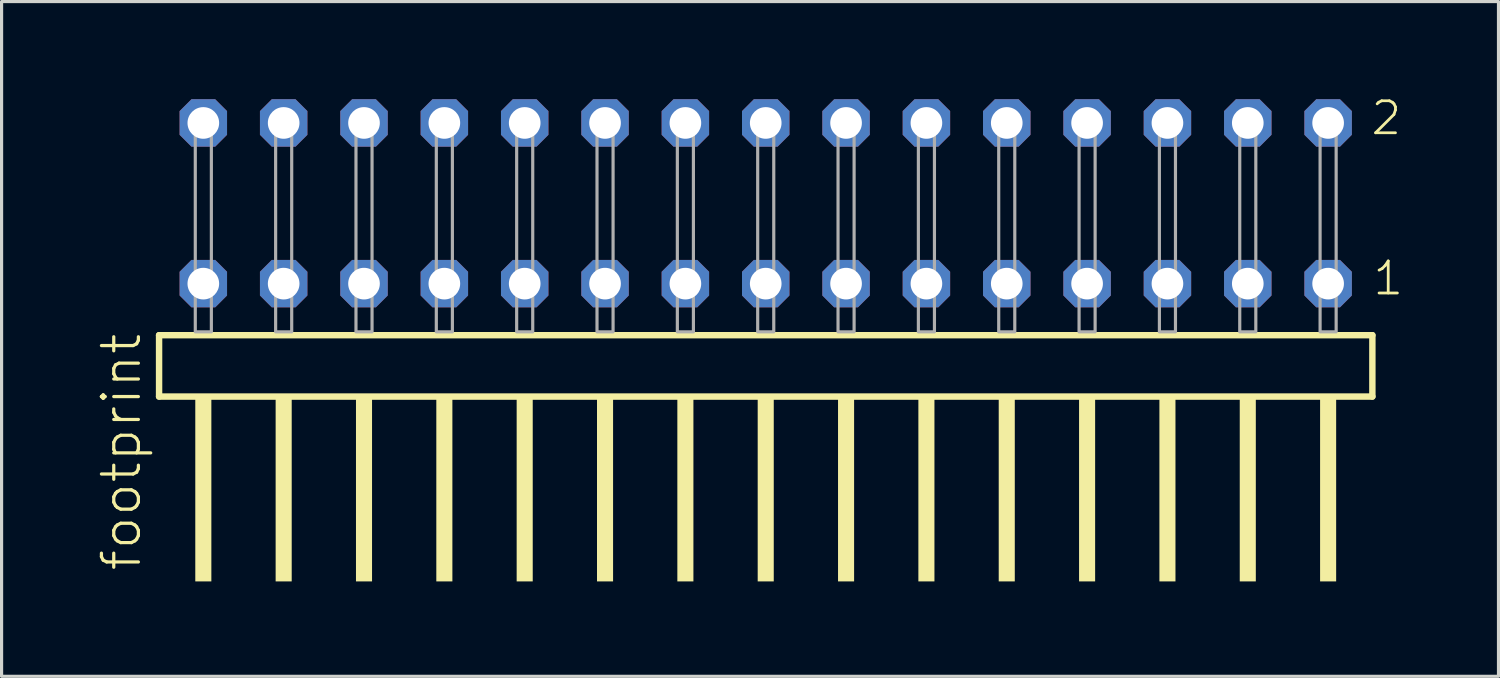
<source format=kicad_pcb>
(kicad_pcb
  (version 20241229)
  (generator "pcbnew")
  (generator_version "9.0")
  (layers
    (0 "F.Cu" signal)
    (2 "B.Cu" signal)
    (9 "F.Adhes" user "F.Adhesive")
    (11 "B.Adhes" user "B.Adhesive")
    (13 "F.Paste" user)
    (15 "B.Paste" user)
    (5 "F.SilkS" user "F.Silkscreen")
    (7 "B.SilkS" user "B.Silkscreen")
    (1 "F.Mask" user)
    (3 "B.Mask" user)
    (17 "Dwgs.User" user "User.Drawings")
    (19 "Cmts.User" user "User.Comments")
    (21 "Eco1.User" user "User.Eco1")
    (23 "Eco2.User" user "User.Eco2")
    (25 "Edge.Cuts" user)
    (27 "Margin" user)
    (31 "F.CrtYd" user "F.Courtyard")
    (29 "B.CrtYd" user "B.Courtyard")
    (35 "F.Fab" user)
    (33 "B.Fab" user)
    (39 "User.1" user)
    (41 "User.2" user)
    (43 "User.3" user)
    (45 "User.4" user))
  (footprint "footprint"
    (layer "F.Cu")
    (at 21.158 7.441)
    (property "Reference" "footprint" (at -19.685 7.62 90) (layer "F.SilkS") (effects (font (size 1.168 1.168) (thickness 0.102)) (justify left bottom)))
    (fp_line (start -19.179 0.106) (end -19.179 2.046) (stroke (width 0.203) (type solid)) (layer "F.SilkS"))
    (fp_line (start -19.179 2.046) (end 19.179 2.046) (stroke (width 0.203) (type solid)) (layer "F.SilkS"))
    (fp_line (start 19.179 0.106) (end -19.179 0.106) (stroke (width 0.203) (type solid)) (layer "F.SilkS"))
    (fp_line (start 19.179 2.046) (end 19.179 0.106) (stroke (width 0.203) (type solid)) (layer "F.SilkS"))
    (fp_poly (pts (xy -18.034 7.89) (xy -17.526 7.89) (xy -17.526 2.04) (xy -18.034 2.04)) (stroke (width 0) (type solid)) (fill yes) (layer "F.SilkS"))
    (fp_poly (pts (xy -15.494 7.89) (xy -14.986 7.89) (xy -14.986 2.04) (xy -15.494 2.04)) (stroke (width 0) (type solid)) (fill yes) (layer "F.SilkS"))
    (fp_poly (pts (xy -12.954 7.89) (xy -12.446 7.89) (xy -12.446 2.04) (xy -12.954 2.04)) (stroke (width 0) (type solid)) (fill yes) (layer "F.SilkS"))
    (fp_poly (pts (xy -10.414 7.89) (xy -9.906 7.89) (xy -9.906 2.04) (xy -10.414 2.04)) (stroke (width 0) (type solid)) (fill yes) (layer "F.SilkS"))
    (fp_poly (pts (xy -7.874 7.89) (xy -7.366 7.89) (xy -7.366 2.04) (xy -7.874 2.04)) (stroke (width 0) (type solid)) (fill yes) (layer "F.SilkS"))
    (fp_poly (pts (xy -5.334 7.89) (xy -4.826 7.89) (xy -4.826 2.04) (xy -5.334 2.04)) (stroke (width 0) (type solid)) (fill yes) (layer "F.SilkS"))
    (fp_poly (pts (xy -2.794 7.89) (xy -2.286 7.89) (xy -2.286 2.04) (xy -2.794 2.04)) (stroke (width 0) (type solid)) (fill yes) (layer "F.SilkS"))
    (fp_poly (pts (xy -0.254 7.89) (xy 0.254 7.89) (xy 0.254 2.04) (xy -0.254 2.04)) (stroke (width 0) (type solid)) (fill yes) (layer "F.SilkS"))
    (fp_poly (pts (xy 2.286 7.89) (xy 2.794 7.89) (xy 2.794 2.04) (xy 2.286 2.04)) (stroke (width 0) (type solid)) (fill yes) (layer "F.SilkS"))
    (fp_poly (pts (xy 4.826 7.89) (xy 5.334 7.89) (xy 5.334 2.04) (xy 4.826 2.04)) (stroke (width 0) (type solid)) (fill yes) (layer "F.SilkS"))
    (fp_poly (pts (xy 7.366 7.89) (xy 7.874 7.89) (xy 7.874 2.04) (xy 7.366 2.04)) (stroke (width 0) (type solid)) (fill yes) (layer "F.SilkS"))
    (fp_poly (pts (xy 9.906 7.89) (xy 10.414 7.89) (xy 10.414 2.04) (xy 9.906 2.04)) (stroke (width 0) (type solid)) (fill yes) (layer "F.SilkS"))
    (fp_poly (pts (xy 12.446 7.89) (xy 12.954 7.89) (xy 12.954 2.04) (xy 12.446 2.04)) (stroke (width 0) (type solid)) (fill yes) (layer "F.SilkS"))
    (fp_poly (pts (xy 14.986 7.89) (xy 15.494 7.89) (xy 15.494 2.04) (xy 14.986 2.04)) (stroke (width 0) (type solid)) (fill yes) (layer "F.SilkS"))
    (fp_poly (pts (xy 17.526 7.89) (xy 18.034 7.89) (xy 18.034 2.04) (xy 17.526 2.04)) (stroke (width 0) (type solid)) (fill yes) (layer "F.SilkS"))
    (fp_poly (pts (xy -18.034 0) (xy -17.526 0) (xy -17.526 -6.858) (xy -18.034 -6.858)) (stroke (width 0.1) (type solid)) (fill no) (layer "F.Fab"))
    (fp_poly (pts (xy -15.494 0) (xy -14.986 0) (xy -14.986 -6.858) (xy -15.494 -6.858)) (stroke (width 0.1) (type solid)) (fill no) (layer "F.Fab"))
    (fp_poly (pts (xy -12.954 0) (xy -12.446 0) (xy -12.446 -6.858) (xy -12.954 -6.858)) (stroke (width 0.1) (type solid)) (fill no) (layer "F.Fab"))
    (fp_poly (pts (xy -10.414 0) (xy -9.906 0) (xy -9.906 -6.858) (xy -10.414 -6.858)) (stroke (width 0.1) (type solid)) (fill no) (layer "F.Fab"))
    (fp_poly (pts (xy -7.874 0) (xy -7.366 0) (xy -7.366 -6.858) (xy -7.874 -6.858)) (stroke (width 0.1) (type solid)) (fill no) (layer "F.Fab"))
    (fp_poly (pts (xy -5.334 0) (xy -4.826 0) (xy -4.826 -6.858) (xy -5.334 -6.858)) (stroke (width 0.1) (type solid)) (fill no) (layer "F.Fab"))
    (fp_poly (pts (xy -2.794 0) (xy -2.286 0) (xy -2.286 -6.858) (xy -2.794 -6.858)) (stroke (width 0.1) (type solid)) (fill no) (layer "F.Fab"))
    (fp_poly (pts (xy -0.254 0) (xy 0.254 0) (xy 0.254 -6.858) (xy -0.254 -6.858)) (stroke (width 0.1) (type solid)) (fill no) (layer "F.Fab"))
    (fp_poly (pts (xy 2.286 0) (xy 2.794 0) (xy 2.794 -6.858) (xy 2.286 -6.858)) (stroke (width 0.1) (type solid)) (fill no) (layer "F.Fab"))
    (fp_poly (pts (xy 4.826 0) (xy 5.334 0) (xy 5.334 -6.858) (xy 4.826 -6.858)) (stroke (width 0.1) (type solid)) (fill no) (layer "F.Fab"))
    (fp_poly (pts (xy 7.366 0) (xy 7.874 0) (xy 7.874 -6.858) (xy 7.366 -6.858)) (stroke (width 0.1) (type solid)) (fill no) (layer "F.Fab"))
    (fp_poly (pts (xy 9.906 0) (xy 10.414 0) (xy 10.414 -6.858) (xy 9.906 -6.858)) (stroke (width 0.1) (type solid)) (fill no) (layer "F.Fab"))
    (fp_poly (pts (xy 12.446 0) (xy 12.954 0) (xy 12.954 -6.858) (xy 12.446 -6.858)) (stroke (width 0.1) (type solid)) (fill no) (layer "F.Fab"))
    (fp_poly (pts (xy 14.986 0) (xy 15.494 0) (xy 15.494 -6.858) (xy 14.986 -6.858)) (stroke (width 0.1) (type solid)) (fill no) (layer "F.Fab"))
    (fp_poly (pts (xy 17.526 0) (xy 18.034 0) (xy 18.034 -6.858) (xy 17.526 -6.858)) (stroke (width 0.1) (type solid)) (fill no) (layer "F.Fab"))
    (fp_text user "2" (at 19.08 -6.165 0) (layer "F.SilkS") (effects (font (size 1.012 1.012) (thickness 0.088)) (justify left bottom)))
    (fp_text user "1" (at 19.14 -1.1 0) (layer "F.SilkS") (effects (font (size 1.012 1.012) (thickness 0.088)) (justify left bottom)))
    (pad "1" thru_hole roundrect (at 17.78 -1.524 180) (size 1.5 1.5) (drill 1) (layers "*.Cu" "*.Mask") (roundrect_rratio 0.25) (chamfer_ratio 0.25) (chamfer top_left top_right bottom_left bottom_right))
    (pad "2" thru_hole roundrect (at 17.78 -6.604 180) (size 1.5 1.5) (drill 1) (layers "*.Cu" "*.Mask") (roundrect_rratio 0.25) (chamfer_ratio 0.25) (chamfer top_left top_right bottom_left bottom_right))
    (pad "3" thru_hole roundrect (at 15.24 -1.524 180) (size 1.5 1.5) (drill 1) (layers "*.Cu" "*.Mask") (roundrect_rratio 0.25) (chamfer_ratio 0.25) (chamfer top_left top_right bottom_left bottom_right))
    (pad "4" thru_hole roundrect (at 15.24 -6.604 180) (size 1.5 1.5) (drill 1) (layers "*.Cu" "*.Mask") (roundrect_rratio 0.25) (chamfer_ratio 0.25) (chamfer top_left top_right bottom_left bottom_right))
    (pad "5" thru_hole roundrect (at 12.7 -1.524 180) (size 1.5 1.5) (drill 1) (layers "*.Cu" "*.Mask") (roundrect_rratio 0.25) (chamfer_ratio 0.25) (chamfer top_left top_right bottom_left bottom_right))
    (pad "6" thru_hole roundrect (at 12.7 -6.604 180) (size 1.5 1.5) (drill 1) (layers "*.Cu" "*.Mask") (roundrect_rratio 0.25) (chamfer_ratio 0.25) (chamfer top_left top_right bottom_left bottom_right))
    (pad "7" thru_hole roundrect (at 10.16 -1.524 180) (size 1.5 1.5) (drill 1) (layers "*.Cu" "*.Mask") (roundrect_rratio 0.25) (chamfer_ratio 0.25) (chamfer top_left top_right bottom_left bottom_right))
    (pad "8" thru_hole roundrect (at 10.16 -6.604 180) (size 1.5 1.5) (drill 1) (layers "*.Cu" "*.Mask") (roundrect_rratio 0.25) (chamfer_ratio 0.25) (chamfer top_left top_right bottom_left bottom_right))
    (pad "9" thru_hole roundrect (at 7.62 -1.524 180) (size 1.5 1.5) (drill 1) (layers "*.Cu" "*.Mask") (roundrect_rratio 0.25) (chamfer_ratio 0.25) (chamfer top_left top_right bottom_left bottom_right))
    (pad "10" thru_hole roundrect (at 7.62 -6.604 180) (size 1.5 1.5) (drill 1) (layers "*.Cu" "*.Mask") (roundrect_rratio 0.25) (chamfer_ratio 0.25) (chamfer top_left top_right bottom_left bottom_right))
    (pad "11" thru_hole roundrect (at 5.08 -1.524 180) (size 1.5 1.5) (drill 1) (layers "*.Cu" "*.Mask") (roundrect_rratio 0.25) (chamfer_ratio 0.25) (chamfer top_left top_right bottom_left bottom_right))
    (pad "12" thru_hole roundrect (at 5.08 -6.604 180) (size 1.5 1.5) (drill 1) (layers "*.Cu" "*.Mask") (roundrect_rratio 0.25) (chamfer_ratio 0.25) (chamfer top_left top_right bottom_left bottom_right))
    (pad "13" thru_hole roundrect (at 2.54 -1.524 180) (size 1.5 1.5) (drill 1) (layers "*.Cu" "*.Mask") (roundrect_rratio 0.25) (chamfer_ratio 0.25) (chamfer top_left top_right bottom_left bottom_right))
    (pad "14" thru_hole roundrect (at 2.54 -6.604 180) (size 1.5 1.5) (drill 1) (layers "*.Cu" "*.Mask") (roundrect_rratio 0.25) (chamfer_ratio 0.25) (chamfer top_left top_right bottom_left bottom_right))
    (pad "15" thru_hole roundrect (at 0 -1.524 180) (size 1.5 1.5) (drill 1) (layers "*.Cu" "*.Mask") (roundrect_rratio 0.25) (chamfer_ratio 0.25) (chamfer top_left top_right bottom_left bottom_right))
    (pad "16" thru_hole roundrect (at 0 -6.604 180) (size 1.5 1.5) (drill 1) (layers "*.Cu" "*.Mask") (roundrect_rratio 0.25) (chamfer_ratio 0.25) (chamfer top_left top_right bottom_left bottom_right))
    (pad "17" thru_hole roundrect (at -2.54 -1.524 180) (size 1.5 1.5) (drill 1) (layers "*.Cu" "*.Mask") (roundrect_rratio 0.25) (chamfer_ratio 0.25) (chamfer top_left top_right bottom_left bottom_right))
    (pad "18" thru_hole roundrect (at -2.54 -6.604 180) (size 1.5 1.5) (drill 1) (layers "*.Cu" "*.Mask") (roundrect_rratio 0.25) (chamfer_ratio 0.25) (chamfer top_left top_right bottom_left bottom_right))
    (pad "19" thru_hole roundrect (at -5.08 -1.524 180) (size 1.5 1.5) (drill 1) (layers "*.Cu" "*.Mask") (roundrect_rratio 0.25) (chamfer_ratio 0.25) (chamfer top_left top_right bottom_left bottom_right))
    (pad "20" thru_hole roundrect (at -5.08 -6.604 180) (size 1.5 1.5) (drill 1) (layers "*.Cu" "*.Mask") (roundrect_rratio 0.25) (chamfer_ratio 0.25) (chamfer top_left top_right bottom_left bottom_right))
    (pad "21" thru_hole roundrect (at -7.62 -1.524 180) (size 1.5 1.5) (drill 1) (layers "*.Cu" "*.Mask") (roundrect_rratio 0.25) (chamfer_ratio 0.25) (chamfer top_left top_right bottom_left bottom_right))
    (pad "22" thru_hole roundrect (at -7.62 -6.604 180) (size 1.5 1.5) (drill 1) (layers "*.Cu" "*.Mask") (roundrect_rratio 0.25) (chamfer_ratio 0.25) (chamfer top_left top_right bottom_left bottom_right))
    (pad "23" thru_hole roundrect (at -10.16 -1.524 180) (size 1.5 1.5) (drill 1) (layers "*.Cu" "*.Mask") (roundrect_rratio 0.25) (chamfer_ratio 0.25) (chamfer top_left top_right bottom_left bottom_right))
    (pad "24" thru_hole roundrect (at -10.16 -6.604 180) (size 1.5 1.5) (drill 1) (layers "*.Cu" "*.Mask") (roundrect_rratio 0.25) (chamfer_ratio 0.25) (chamfer top_left top_right bottom_left bottom_right))
    (pad "25" thru_hole roundrect (at -12.7 -1.524 180) (size 1.5 1.5) (drill 1) (layers "*.Cu" "*.Mask") (roundrect_rratio 0.25) (chamfer_ratio 0.25) (chamfer top_left top_right bottom_left bottom_right))
    (pad "26" thru_hole roundrect (at -12.7 -6.604 180) (size 1.5 1.5) (drill 1) (layers "*.Cu" "*.Mask") (roundrect_rratio 0.25) (chamfer_ratio 0.25) (chamfer top_left top_right bottom_left bottom_right))
    (pad "27" thru_hole roundrect (at -15.24 -1.524 180) (size 1.5 1.5) (drill 1) (layers "*.Cu" "*.Mask") (roundrect_rratio 0.25) (chamfer_ratio 0.25) (chamfer top_left top_right bottom_left bottom_right))
    (pad "28" thru_hole roundrect (at -15.24 -6.604 180) (size 1.5 1.5) (drill 1) (layers "*.Cu" "*.Mask") (roundrect_rratio 0.25) (chamfer_ratio 0.25) (chamfer top_left top_right bottom_left bottom_right))
    (pad "29" thru_hole roundrect (at -17.78 -1.524 180) (size 1.5 1.5) (drill 1) (layers "*.Cu" "*.Mask") (roundrect_rratio 0.25) (chamfer_ratio 0.25) (chamfer top_left top_right bottom_left bottom_right))
    (pad "30" thru_hole roundrect (at -17.78 -6.604 180) (size 1.5 1.5) (drill 1) (layers "*.Cu" "*.Mask") (roundrect_rratio 0.25) (chamfer_ratio 0.25) (chamfer top_left top_right bottom_left bottom_right)))
  (gr_rect
    (start -3 -3)
    (end 44.324 18.331)
    (stroke (width 0.1) (type default))
    (fill no)
    (layer "Edge.Cuts")))
</source>
